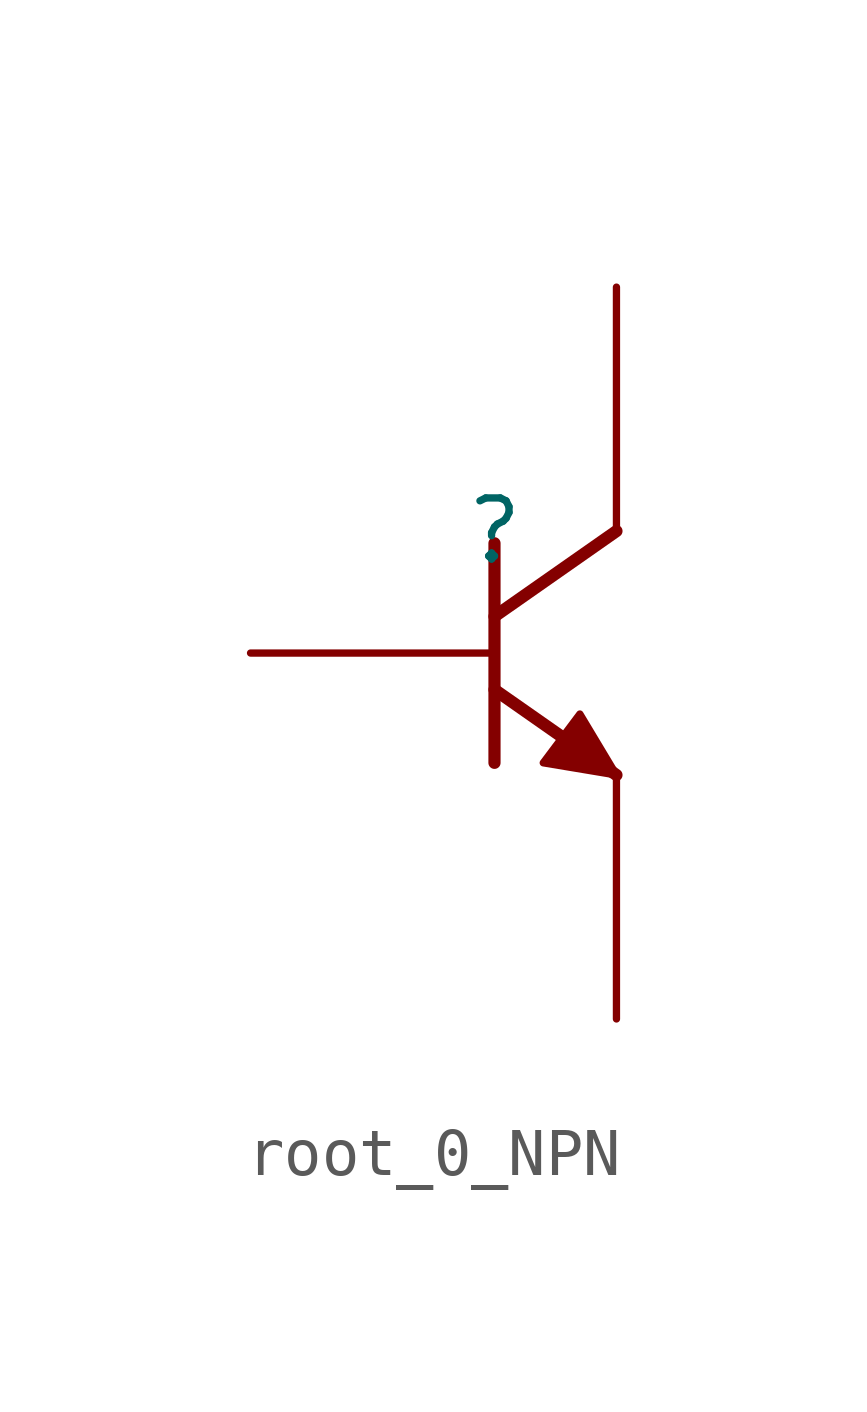
<source format=kicad_sym>
(kicad_symbol_lib
  (version 20241209)
  (generator "kicad_symbol_editor")
  (generator_version "9.0")
  (symbol "root_0_NPN"
    (property "Reference" ""
      (at 0 0 0)
      (effects (font (size 1.27 1.27))))
    (property "Value" ""
      (at 0 0 0)
      (effects (font (size 1.27 1.27))))
    (symbol "root_0_NPN_1_0"
      (polyline (pts (xy 0 -0.254) (xy 0 -4.826)) (stroke (width 0.254) (type solid)) (fill (type none)))
      (polyline (pts (xy 0 -3.302) (xy 2.54 -5.08)) (stroke (width 0.254) (type solid)) (fill (type none)))
      (polyline (pts (xy 2.54 0) (xy 0 -1.778)) (stroke (width 0.254) (type solid)) (fill (type none)))
      (polyline (pts (xy 2.54 -5.08) (xy 1.778 -3.81) (xy 1.016 -4.826) (xy 2.54 -5.08)) (stroke (width 0) (type solid)) (fill (type outline)))
      (pin passive line (at -5.08 -2.54 0) (length 5.08) (name "B" (effects (font (size 0 0)))) (number "1" (effects (font (size 0 0)))))
      (pin passive line (at 2.54 5.08 270) (length 5.08) (name "C" (effects (font (size 0 0)))) (number "3" (effects (font (size 0 0)))))
      (pin passive line (at 2.54 -10.16 90) (length 5.08) (name "E" (effects (font (size 0 0)))) (number "2" (effects (font (size 0 0))))))))
</source>
